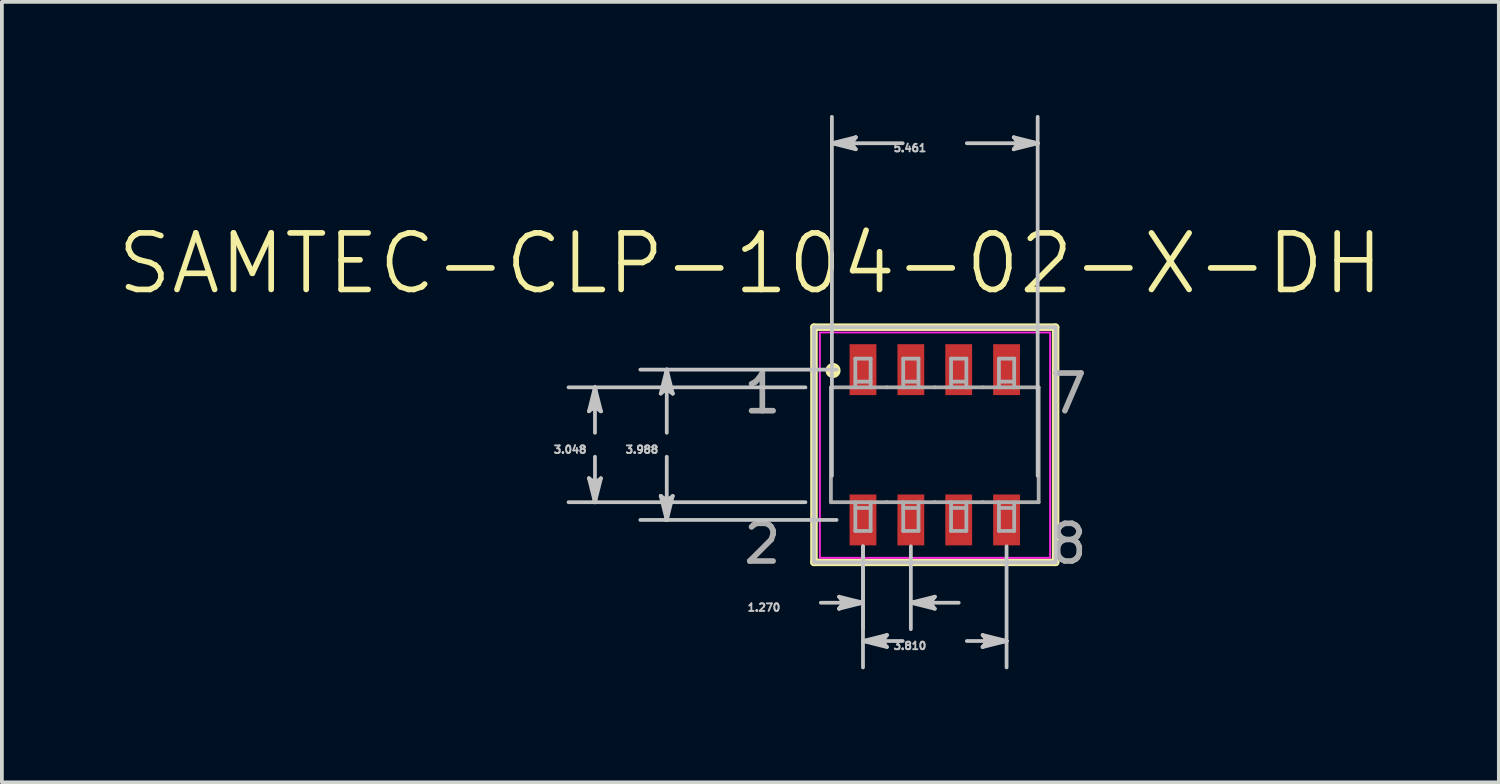
<source format=kicad_pcb>
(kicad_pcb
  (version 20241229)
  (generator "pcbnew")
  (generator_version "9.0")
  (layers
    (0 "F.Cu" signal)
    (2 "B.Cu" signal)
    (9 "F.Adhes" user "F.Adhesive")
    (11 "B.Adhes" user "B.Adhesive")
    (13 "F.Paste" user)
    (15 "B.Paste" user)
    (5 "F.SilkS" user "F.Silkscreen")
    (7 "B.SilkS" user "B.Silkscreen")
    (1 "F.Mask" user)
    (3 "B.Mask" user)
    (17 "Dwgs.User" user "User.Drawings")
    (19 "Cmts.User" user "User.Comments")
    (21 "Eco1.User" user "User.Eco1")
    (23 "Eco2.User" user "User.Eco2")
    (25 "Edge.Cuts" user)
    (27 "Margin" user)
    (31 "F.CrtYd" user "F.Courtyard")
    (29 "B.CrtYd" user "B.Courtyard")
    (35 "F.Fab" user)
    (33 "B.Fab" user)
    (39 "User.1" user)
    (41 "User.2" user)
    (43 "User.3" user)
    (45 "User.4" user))
  (footprint "SAMTEC-CLP-104-02-X-DH"
    (layer "F.Cu")
    (at 21.754 8.752)
    (property "Reference" "SAMTEC-CLP-104-02-X-DH" (at -4.894 -4.808 0) (layer "F.SilkS") (effects (font (size 1.5 1.5) (thickness 0.15))))
    (attr smd)
    (fp_poly (pts (xy -2.312 -2.72) (xy -1.499 -2.72) (xy -1.499 -1.268) (xy -2.312 -1.268)) (stroke (width 0.01) (type solid)) (fill yes) (layer "F.Mask"))
    (fp_poly (pts (xy -2.312 1.268) (xy -1.499 1.268) (xy -1.499 2.72) (xy -2.312 2.72)) (stroke (width 0.01) (type solid)) (fill yes) (layer "F.Mask"))
    (fp_poly (pts (xy -1.042 -2.72) (xy -0.229 -2.72) (xy -0.229 -1.268) (xy -1.042 -1.268)) (stroke (width 0.01) (type solid)) (fill yes) (layer "F.Mask"))
    (fp_poly (pts (xy -1.042 1.268) (xy -0.229 1.268) (xy -0.229 2.72) (xy -1.042 2.72)) (stroke (width 0.01) (type solid)) (fill yes) (layer "F.Mask"))
    (fp_poly (pts (xy 0.228 -2.72) (xy 1.041 -2.72) (xy 1.041 -1.268) (xy 0.228 -1.268)) (stroke (width 0.01) (type solid)) (fill yes) (layer "F.Mask"))
    (fp_poly (pts (xy 0.228 1.268) (xy 1.041 1.268) (xy 1.041 2.72) (xy 0.228 2.72)) (stroke (width 0.01) (type solid)) (fill yes) (layer "F.Mask"))
    (fp_poly (pts (xy 1.498 -2.72) (xy 2.311 -2.72) (xy 2.311 -1.268) (xy 1.498 -1.268)) (stroke (width 0.01) (type solid)) (fill yes) (layer "F.Mask"))
    (fp_poly (pts (xy 1.498 1.268) (xy 2.311 1.268) (xy 2.311 2.72) (xy 1.498 2.72)) (stroke (width 0.01) (type solid)) (fill yes) (layer "F.Mask"))
    (fp_line (start -3.206 -3.12) (end -3.206 3.12) (stroke (width 0.2) (type solid)) (layer "F.SilkS"))
    (fp_line (start -3.206 3.12) (end 3.206 3.12) (stroke (width 0.2) (type solid)) (layer "F.SilkS"))
    (fp_line (start 3.206 -3.12) (end -3.206 -3.12) (stroke (width 0.2) (type solid)) (layer "F.SilkS"))
    (fp_line (start 3.206 3.12) (end 3.206 -3.12) (stroke (width 0.2) (type solid)) (layer "F.SilkS"))
    (fp_circle (center -2.7 -1.97) (end -2.55 -1.97) (stroke (width 0.1) (type solid)) (fill yes) (layer "F.SilkS"))
    (fp_poly (pts (xy -2.261 -2.669) (xy -1.55 -2.669) (xy -1.55 -1.319) (xy -2.261 -1.319)) (stroke (width 0.01) (type solid)) (fill yes) (layer "F.Paste"))
    (fp_poly (pts (xy -2.261 1.319) (xy -1.55 1.319) (xy -1.55 2.669) (xy -2.261 2.669)) (stroke (width 0.01) (type solid)) (fill yes) (layer "F.Paste"))
    (fp_poly (pts (xy -0.991 -2.669) (xy -0.28 -2.669) (xy -0.28 -1.319) (xy -0.991 -1.319)) (stroke (width 0.01) (type solid)) (fill yes) (layer "F.Paste"))
    (fp_poly (pts (xy -0.991 1.319) (xy -0.28 1.319) (xy -0.28 2.669) (xy -0.991 2.669)) (stroke (width 0.01) (type solid)) (fill yes) (layer "F.Paste"))
    (fp_poly (pts (xy 0.279 -2.669) (xy 0.99 -2.669) (xy 0.99 -1.319) (xy 0.279 -1.319)) (stroke (width 0.01) (type solid)) (fill yes) (layer "F.Paste"))
    (fp_poly (pts (xy 0.279 1.319) (xy 0.99 1.319) (xy 0.99 2.669) (xy 0.279 2.669)) (stroke (width 0.01) (type solid)) (fill yes) (layer "F.Paste"))
    (fp_poly (pts (xy 1.549 -2.669) (xy 2.26 -2.669) (xy 2.26 -1.319) (xy 1.549 -1.319)) (stroke (width 0.01) (type solid)) (fill yes) (layer "F.Paste"))
    (fp_poly (pts (xy 1.549 1.319) (xy 2.26 1.319) (xy 2.26 2.669) (xy 1.549 2.669)) (stroke (width 0.01) (type solid)) (fill yes) (layer "F.Paste"))
    (fp_line (start -9.176 -0.889) (end -9.017 -1.016) (stroke (width 0.1) (type solid)) (layer "Dwgs.User"))
    (fp_line (start -9.176 0.889) (end -9.017 1.524) (stroke (width 0.1) (type solid)) (layer "Dwgs.User"))
    (fp_line (start -9.096 -0.952) (end -9.017 -1.016) (stroke (width 0.1) (type solid)) (layer "Dwgs.User"))
    (fp_line (start -9.096 0.952) (end -9.176 0.889) (stroke (width 0.1) (type solid)) (layer "Dwgs.User"))
    (fp_line (start -9.017 -1.524) (end -9.176 -0.889) (stroke (width 0.1) (type solid)) (layer "Dwgs.User"))
    (fp_line (start -9.017 -1.524) (end -9.096 -0.952) (stroke (width 0.1) (type solid)) (layer "Dwgs.User"))
    (fp_line (start -9.017 -1.524) (end -8.938 -0.952) (stroke (width 0.1) (type solid)) (layer "Dwgs.User"))
    (fp_line (start -9.017 -1.016) (end -9.017 -1.524) (stroke (width 0.1) (type solid)) (layer "Dwgs.User"))
    (fp_line (start -9.017 -1.016) (end -8.858 -0.889) (stroke (width 0.1) (type solid)) (layer "Dwgs.User"))
    (fp_line (start -9.017 -0.318) (end -9.017 -1.524) (stroke (width 0.1) (type solid)) (layer "Dwgs.User"))
    (fp_line (start -9.017 0.318) (end -9.017 1.524) (stroke (width 0.1) (type solid)) (layer "Dwgs.User"))
    (fp_line (start -9.017 1.016) (end -9.176 0.889) (stroke (width 0.1) (type solid)) (layer "Dwgs.User"))
    (fp_line (start -9.017 1.016) (end -9.017 1.524) (stroke (width 0.1) (type solid)) (layer "Dwgs.User"))
    (fp_line (start -9.017 1.524) (end -9.096 0.952) (stroke (width 0.1) (type solid)) (layer "Dwgs.User"))
    (fp_line (start -9.017 1.524) (end -8.938 0.952) (stroke (width 0.1) (type solid)) (layer "Dwgs.User"))
    (fp_line (start -9.017 1.524) (end -8.858 0.889) (stroke (width 0.1) (type solid)) (layer "Dwgs.User"))
    (fp_line (start -8.938 -0.952) (end -8.858 -0.889) (stroke (width 0.1) (type solid)) (layer "Dwgs.User"))
    (fp_line (start -8.938 0.952) (end -9.017 1.016) (stroke (width 0.1) (type solid)) (layer "Dwgs.User"))
    (fp_line (start -8.858 -0.889) (end -9.017 -1.524) (stroke (width 0.1) (type solid)) (layer "Dwgs.User"))
    (fp_line (start -8.858 0.889) (end -9.017 1.016) (stroke (width 0.1) (type solid)) (layer "Dwgs.User"))
    (fp_line (start -7.271 -1.359) (end -7.112 -1.486) (stroke (width 0.1) (type solid)) (layer "Dwgs.User"))
    (fp_line (start -7.271 1.359) (end -7.112 1.994) (stroke (width 0.1) (type solid)) (layer "Dwgs.User"))
    (fp_line (start -7.191 -1.422) (end -7.112 -1.486) (stroke (width 0.1) (type solid)) (layer "Dwgs.User"))
    (fp_line (start -7.191 1.422) (end -7.271 1.359) (stroke (width 0.1) (type solid)) (layer "Dwgs.User"))
    (fp_line (start -7.112 -1.994) (end -7.271 -1.359) (stroke (width 0.1) (type solid)) (layer "Dwgs.User"))
    (fp_line (start -7.112 -1.994) (end -7.191 -1.422) (stroke (width 0.1) (type solid)) (layer "Dwgs.User"))
    (fp_line (start -7.112 -1.994) (end -7.033 -1.422) (stroke (width 0.1) (type solid)) (layer "Dwgs.User"))
    (fp_line (start -7.112 -1.486) (end -7.112 -1.994) (stroke (width 0.1) (type solid)) (layer "Dwgs.User"))
    (fp_line (start -7.112 -1.486) (end -6.953 -1.359) (stroke (width 0.1) (type solid)) (layer "Dwgs.User"))
    (fp_line (start -7.112 -0.318) (end -7.112 -1.994) (stroke (width 0.1) (type solid)) (layer "Dwgs.User"))
    (fp_line (start -7.112 0.318) (end -7.112 1.994) (stroke (width 0.1) (type solid)) (layer "Dwgs.User"))
    (fp_line (start -7.112 1.486) (end -7.271 1.359) (stroke (width 0.1) (type solid)) (layer "Dwgs.User"))
    (fp_line (start -7.112 1.486) (end -7.112 1.994) (stroke (width 0.1) (type solid)) (layer "Dwgs.User"))
    (fp_line (start -7.112 1.994) (end -7.191 1.422) (stroke (width 0.1) (type solid)) (layer "Dwgs.User"))
    (fp_line (start -7.112 1.994) (end -7.033 1.422) (stroke (width 0.1) (type solid)) (layer "Dwgs.User"))
    (fp_line (start -7.112 1.994) (end -6.953 1.359) (stroke (width 0.1) (type solid)) (layer "Dwgs.User"))
    (fp_line (start -7.033 -1.422) (end -6.953 -1.359) (stroke (width 0.1) (type solid)) (layer "Dwgs.User"))
    (fp_line (start -7.033 1.422) (end -7.112 1.486) (stroke (width 0.1) (type solid)) (layer "Dwgs.User"))
    (fp_line (start -6.953 -1.359) (end -7.112 -1.994) (stroke (width 0.1) (type solid)) (layer "Dwgs.User"))
    (fp_line (start -6.953 1.359) (end -7.112 1.486) (stroke (width 0.1) (type solid)) (layer "Dwgs.User"))
    (fp_line (start -3.432 -1.524) (end -9.718 -1.524) (stroke (width 0.1) (type solid)) (layer "Dwgs.User"))
    (fp_line (start -3.432 1.524) (end -9.718 1.524) (stroke (width 0.1) (type solid)) (layer "Dwgs.User"))
    (fp_line (start -3.206 -3.12) (end -3.206 3.12) (stroke (width 0.1) (type solid)) (layer "Dwgs.User"))
    (fp_line (start -3.206 3.12) (end 3.206 3.12) (stroke (width 0.1) (type solid)) (layer "Dwgs.User"))
    (fp_line (start -3.023 4.191) (end -1.905 4.191) (stroke (width 0.1) (type solid)) (layer "Dwgs.User"))
    (fp_line (start -2.73 -8.001) (end -2.159 -8.08) (stroke (width 0.1) (type solid)) (layer "Dwgs.User"))
    (fp_line (start -2.73 -8.001) (end -2.159 -7.922) (stroke (width 0.1) (type solid)) (layer "Dwgs.User"))
    (fp_line (start -2.73 -8.001) (end -2.096 -7.842) (stroke (width 0.1) (type solid)) (layer "Dwgs.User"))
    (fp_line (start -2.73 0.823) (end -2.73 -8.702) (stroke (width 0.1) (type solid)) (layer "Dwgs.User"))
    (fp_line (start -2.606 -1.994) (end -7.813 -1.994) (stroke (width 0.1) (type solid)) (layer "Dwgs.User"))
    (fp_line (start -2.606 1.994) (end -7.813 1.994) (stroke (width 0.1) (type solid)) (layer "Dwgs.User"))
    (fp_line (start -2.54 4.032) (end -2.413 4.191) (stroke (width 0.1) (type solid)) (layer "Dwgs.User"))
    (fp_line (start -2.54 4.35) (end -1.905 4.191) (stroke (width 0.1) (type solid)) (layer "Dwgs.User"))
    (fp_line (start -2.476 4.112) (end -2.413 4.191) (stroke (width 0.1) (type solid)) (layer "Dwgs.User"))
    (fp_line (start -2.476 4.27) (end -2.54 4.35) (stroke (width 0.1) (type solid)) (layer "Dwgs.User"))
    (fp_line (start -2.413 4.191) (end -2.54 4.35) (stroke (width 0.1) (type solid)) (layer "Dwgs.User"))
    (fp_line (start -2.413 4.191) (end -1.905 4.191) (stroke (width 0.1) (type solid)) (layer "Dwgs.User"))
    (fp_line (start -2.222 -8.001) (end -2.73 -8.001) (stroke (width 0.1) (type solid)) (layer "Dwgs.User"))
    (fp_line (start -2.222 -8.001) (end -2.096 -8.16) (stroke (width 0.1) (type solid)) (layer "Dwgs.User"))
    (fp_line (start -2.159 -8.08) (end -2.096 -8.16) (stroke (width 0.1) (type solid)) (layer "Dwgs.User"))
    (fp_line (start -2.159 -7.922) (end -2.222 -8.001) (stroke (width 0.1) (type solid)) (layer "Dwgs.User"))
    (fp_line (start -2.096 -8.16) (end -2.73 -8.001) (stroke (width 0.1) (type solid)) (layer "Dwgs.User"))
    (fp_line (start -2.096 -7.842) (end -2.222 -8.001) (stroke (width 0.1) (type solid)) (layer "Dwgs.User"))
    (fp_line (start -1.905 2.695) (end -1.905 4.892) (stroke (width 0.1) (type solid)) (layer "Dwgs.User"))
    (fp_line (start -1.905 2.695) (end -1.905 5.908) (stroke (width 0.1) (type solid)) (layer "Dwgs.User"))
    (fp_line (start -1.905 4.191) (end -2.54 4.032) (stroke (width 0.1) (type solid)) (layer "Dwgs.User"))
    (fp_line (start -1.905 4.191) (end -2.476 4.112) (stroke (width 0.1) (type solid)) (layer "Dwgs.User"))
    (fp_line (start -1.905 4.191) (end -2.476 4.27) (stroke (width 0.1) (type solid)) (layer "Dwgs.User"))
    (fp_line (start -1.905 5.207) (end -1.334 5.128) (stroke (width 0.1) (type solid)) (layer "Dwgs.User"))
    (fp_line (start -1.905 5.207) (end -1.334 5.286) (stroke (width 0.1) (type solid)) (layer "Dwgs.User"))
    (fp_line (start -1.905 5.207) (end -1.27 5.366) (stroke (width 0.1) (type solid)) (layer "Dwgs.User"))
    (fp_line (start -1.397 5.207) (end -1.905 5.207) (stroke (width 0.1) (type solid)) (layer "Dwgs.User"))
    (fp_line (start -1.397 5.207) (end -1.27 5.048) (stroke (width 0.1) (type solid)) (layer "Dwgs.User"))
    (fp_line (start -1.334 5.128) (end -1.27 5.048) (stroke (width 0.1) (type solid)) (layer "Dwgs.User"))
    (fp_line (start -1.334 5.286) (end -1.397 5.207) (stroke (width 0.1) (type solid)) (layer "Dwgs.User"))
    (fp_line (start -1.27 5.048) (end -1.905 5.207) (stroke (width 0.1) (type solid)) (layer "Dwgs.User"))
    (fp_line (start -1.27 5.366) (end -1.397 5.207) (stroke (width 0.1) (type solid)) (layer "Dwgs.User"))
    (fp_line (start -0.851 -8.001) (end -2.73 -8.001) (stroke (width 0.1) (type solid)) (layer "Dwgs.User"))
    (fp_line (start -0.851 5.207) (end -1.905 5.207) (stroke (width 0.1) (type solid)) (layer "Dwgs.User"))
    (fp_line (start -0.635 2.695) (end -0.635 4.892) (stroke (width 0.1) (type solid)) (layer "Dwgs.User"))
    (fp_line (start -0.635 4.191) (end -0.064 4.112) (stroke (width 0.1) (type solid)) (layer "Dwgs.User"))
    (fp_line (start -0.635 4.191) (end -0.064 4.27) (stroke (width 0.1) (type solid)) (layer "Dwgs.User"))
    (fp_line (start -0.635 4.191) (end 0 4.35) (stroke (width 0.1) (type solid)) (layer "Dwgs.User"))
    (fp_line (start -0.127 4.191) (end -0.635 4.191) (stroke (width 0.1) (type solid)) (layer "Dwgs.User"))
    (fp_line (start -0.127 4.191) (end 0 4.032) (stroke (width 0.1) (type solid)) (layer "Dwgs.User"))
    (fp_line (start -0.064 4.112) (end 0 4.032) (stroke (width 0.1) (type solid)) (layer "Dwgs.User"))
    (fp_line (start -0.064 4.27) (end -0.127 4.191) (stroke (width 0.1) (type solid)) (layer "Dwgs.User"))
    (fp_line (start 0 4.032) (end -0.635 4.191) (stroke (width 0.1) (type solid)) (layer "Dwgs.User"))
    (fp_line (start 0 4.35) (end -0.127 4.191) (stroke (width 0.1) (type solid)) (layer "Dwgs.User"))
    (fp_line (start 0.635 4.191) (end -0.635 4.191) (stroke (width 0.1) (type solid)) (layer "Dwgs.User"))
    (fp_line (start 0.851 -8.001) (end 2.73 -8.001) (stroke (width 0.1) (type solid)) (layer "Dwgs.User"))
    (fp_line (start 0.851 5.207) (end 1.905 5.207) (stroke (width 0.1) (type solid)) (layer "Dwgs.User"))
    (fp_line (start 1.27 5.048) (end 1.397 5.207) (stroke (width 0.1) (type solid)) (layer "Dwgs.User"))
    (fp_line (start 1.27 5.366) (end 1.905 5.207) (stroke (width 0.1) (type solid)) (layer "Dwgs.User"))
    (fp_line (start 1.334 5.128) (end 1.397 5.207) (stroke (width 0.1) (type solid)) (layer "Dwgs.User"))
    (fp_line (start 1.334 5.286) (end 1.27 5.366) (stroke (width 0.1) (type solid)) (layer "Dwgs.User"))
    (fp_line (start 1.397 5.207) (end 1.27 5.366) (stroke (width 0.1) (type solid)) (layer "Dwgs.User"))
    (fp_line (start 1.397 5.207) (end 1.905 5.207) (stroke (width 0.1) (type solid)) (layer "Dwgs.User"))
    (fp_line (start 1.905 2.695) (end 1.905 5.908) (stroke (width 0.1) (type solid)) (layer "Dwgs.User"))
    (fp_line (start 1.905 5.207) (end 1.27 5.048) (stroke (width 0.1) (type solid)) (layer "Dwgs.User"))
    (fp_line (start 1.905 5.207) (end 1.334 5.128) (stroke (width 0.1) (type solid)) (layer "Dwgs.User"))
    (fp_line (start 1.905 5.207) (end 1.334 5.286) (stroke (width 0.1) (type solid)) (layer "Dwgs.User"))
    (fp_line (start 2.096 -8.16) (end 2.222 -8.001) (stroke (width 0.1) (type solid)) (layer "Dwgs.User"))
    (fp_line (start 2.096 -7.842) (end 2.73 -8.001) (stroke (width 0.1) (type solid)) (layer "Dwgs.User"))
    (fp_line (start 2.159 -8.08) (end 2.222 -8.001) (stroke (width 0.1) (type solid)) (layer "Dwgs.User"))
    (fp_line (start 2.159 -7.922) (end 2.096 -7.842) (stroke (width 0.1) (type solid)) (layer "Dwgs.User"))
    (fp_line (start 2.222 -8.001) (end 2.096 -7.842) (stroke (width 0.1) (type solid)) (layer "Dwgs.User"))
    (fp_line (start 2.222 -8.001) (end 2.73 -8.001) (stroke (width 0.1) (type solid)) (layer "Dwgs.User"))
    (fp_line (start 2.73 -8.001) (end 2.096 -8.16) (stroke (width 0.1) (type solid)) (layer "Dwgs.User"))
    (fp_line (start 2.73 -8.001) (end 2.159 -8.08) (stroke (width 0.1) (type solid)) (layer "Dwgs.User"))
    (fp_line (start 2.73 -8.001) (end 2.159 -7.922) (stroke (width 0.1) (type solid)) (layer "Dwgs.User"))
    (fp_line (start 2.73 0.823) (end 2.73 -8.702) (stroke (width 0.1) (type solid)) (layer "Dwgs.User"))
    (fp_line (start 3.206 -3.12) (end -3.206 -3.12) (stroke (width 0.1) (type solid)) (layer "Dwgs.User"))
    (fp_line (start 3.206 3.12) (end 3.206 -3.12) (stroke (width 0.1) (type solid)) (layer "Dwgs.User"))
    (fp_rect (start -3.05 -2.98) (end 3.06 3) (stroke (width 0.05) (type default)) (fill no) (layer "F.CrtYd"))
    (fp_line (start -2.756 -1.524) (end -2.756 1.524) (stroke (width 0.1) (type solid)) (layer "F.Fab"))
    (fp_line (start -2.756 1.524) (end -1.27 1.524) (stroke (width 0.1) (type solid)) (layer "F.Fab"))
    (fp_line (start -2.108 -2.286) (end -2.108 -1.524) (stroke (width 0.1) (type solid)) (layer "F.Fab"))
    (fp_line (start -2.108 1.524) (end -2.108 2.286) (stroke (width 0.1) (type solid)) (layer "F.Fab"))
    (fp_line (start -2.108 1.676) (end -1.702 1.676) (stroke (width 0.1) (type solid)) (layer "F.Fab"))
    (fp_line (start -2.108 2.286) (end -1.702 2.286) (stroke (width 0.1) (type solid)) (layer "F.Fab"))
    (fp_line (start -1.702 -2.286) (end -2.108 -2.286) (stroke (width 0.1) (type solid)) (layer "F.Fab"))
    (fp_line (start -1.702 -1.676) (end -2.108 -1.676) (stroke (width 0.1) (type solid)) (layer "F.Fab"))
    (fp_line (start -1.702 -1.524) (end -1.702 -2.286) (stroke (width 0.1) (type solid)) (layer "F.Fab"))
    (fp_line (start -1.702 2.286) (end -1.702 1.524) (stroke (width 0.1) (type solid)) (layer "F.Fab"))
    (fp_line (start -1.27 -1.524) (end -2.756 -1.524) (stroke (width 0.1) (type solid)) (layer "F.Fab"))
    (fp_line (start -1.27 -1.524) (end 0 -1.524) (stroke (width 0.1) (type solid)) (layer "F.Fab"))
    (fp_line (start -1.27 1.524) (end 0 1.524) (stroke (width 0.1) (type solid)) (layer "F.Fab"))
    (fp_line (start -0.838 -2.286) (end -0.838 -1.524) (stroke (width 0.1) (type solid)) (layer "F.Fab"))
    (fp_line (start -0.838 1.524) (end -0.838 2.286) (stroke (width 0.1) (type solid)) (layer "F.Fab"))
    (fp_line (start -0.838 1.676) (end -0.432 1.676) (stroke (width 0.1) (type solid)) (layer "F.Fab"))
    (fp_line (start -0.838 2.286) (end -0.432 2.286) (stroke (width 0.1) (type solid)) (layer "F.Fab"))
    (fp_line (start -0.432 -2.286) (end -0.838 -2.286) (stroke (width 0.1) (type solid)) (layer "F.Fab"))
    (fp_line (start -0.432 -1.676) (end -0.838 -1.676) (stroke (width 0.1) (type solid)) (layer "F.Fab"))
    (fp_line (start -0.432 -1.524) (end -0.432 -2.286) (stroke (width 0.1) (type solid)) (layer "F.Fab"))
    (fp_line (start -0.432 2.286) (end -0.432 1.524) (stroke (width 0.1) (type solid)) (layer "F.Fab"))
    (fp_line (start 0 -1.524) (end 1.27 -1.524) (stroke (width 0.1) (type solid)) (layer "F.Fab"))
    (fp_line (start 0 1.524) (end 1.27 1.524) (stroke (width 0.1) (type solid)) (layer "F.Fab"))
    (fp_line (start 0.432 -2.286) (end 0.432 -1.524) (stroke (width 0.1) (type solid)) (layer "F.Fab"))
    (fp_line (start 0.432 1.524) (end 0.432 2.286) (stroke (width 0.1) (type solid)) (layer "F.Fab"))
    (fp_line (start 0.432 1.676) (end 0.838 1.676) (stroke (width 0.1) (type solid)) (layer "F.Fab"))
    (fp_line (start 0.432 2.286) (end 0.838 2.286) (stroke (width 0.1) (type solid)) (layer "F.Fab"))
    (fp_line (start 0.838 -2.286) (end 0.432 -2.286) (stroke (width 0.1) (type solid)) (layer "F.Fab"))
    (fp_line (start 0.838 -1.676) (end 0.432 -1.676) (stroke (width 0.1) (type solid)) (layer "F.Fab"))
    (fp_line (start 0.838 -1.524) (end 0.838 -2.286) (stroke (width 0.1) (type solid)) (layer "F.Fab"))
    (fp_line (start 0.838 2.286) (end 0.838 1.524) (stroke (width 0.1) (type solid)) (layer "F.Fab"))
    (fp_line (start 1.27 -1.524) (end 2.756 -1.524) (stroke (width 0.1) (type solid)) (layer "F.Fab"))
    (fp_line (start 1.702 -2.286) (end 1.702 -1.524) (stroke (width 0.1) (type solid)) (layer "F.Fab"))
    (fp_line (start 1.702 1.524) (end 1.702 2.286) (stroke (width 0.1) (type solid)) (layer "F.Fab"))
    (fp_line (start 1.702 1.676) (end 2.108 1.676) (stroke (width 0.1) (type solid)) (layer "F.Fab"))
    (fp_line (start 1.702 2.286) (end 2.108 2.286) (stroke (width 0.1) (type solid)) (layer "F.Fab"))
    (fp_line (start 2.108 -2.286) (end 1.702 -2.286) (stroke (width 0.1) (type solid)) (layer "F.Fab"))
    (fp_line (start 2.108 -1.676) (end 1.702 -1.676) (stroke (width 0.1) (type solid)) (layer "F.Fab"))
    (fp_line (start 2.108 -1.524) (end 2.108 -2.286) (stroke (width 0.1) (type solid)) (layer "F.Fab"))
    (fp_line (start 2.108 2.286) (end 2.108 1.524) (stroke (width 0.1) (type solid)) (layer "F.Fab"))
    (fp_line (start 2.756 -1.524) (end 2.756 1.524) (stroke (width 0.1) (type solid)) (layer "F.Fab"))
    (fp_line (start 2.756 1.524) (end 1.27 1.524) (stroke (width 0.1) (type solid)) (layer "F.Fab"))
    (fp_text user "3.048" (at -9.677 0.127 0) (layer "Dwgs.User") (effects (font (size 0.2 0.2) (thickness 0.15))))
    (fp_text user "3.810" (at -0.66 5.334 0) (layer "Dwgs.User") (effects (font (size 0.2 0.2) (thickness 0.15))))
    (fp_text user "3.988" (at -7.772 0.127 0) (layer "Dwgs.User") (effects (font (size 0.2 0.2) (thickness 0.15))))
    (fp_text user "1.270" (at -4.534 4.318 0) (layer "Dwgs.User") (effects (font (size 0.2 0.2) (thickness 0.15))))
    (fp_text user "5.461" (at -0.66 -7.874 0) (layer "Dwgs.User") (effects (font (size 0.2 0.2) (thickness 0.15))))
    (fp_text user "1" (at -4.576 -1.359 0) (layer "F.Fab") (effects (font (size 1 1) (thickness 0.15))))
    (fp_text user "8" (at 3.547 2.629 0) (layer "F.Fab") (effects (font (size 1 1) (thickness 0.15))))
    (fp_text user "7" (at 3.547 -1.359 0) (layer "F.Fab") (effects (font (size 1 1) (thickness 0.15))))
    (fp_text user "2" (at -4.576 2.629 0) (layer "F.Fab") (effects (font (size 1 1) (thickness 0.15))))
    (pad "1" smd rect (at -1.905 -1.994) (size 0.711 1.35) (layers "F.Cu" "F.Paste"))
    (pad "2" smd rect (at -1.905 1.994) (size 0.711 1.35) (layers "F.Cu" "F.Paste"))
    (pad "3" smd rect (at -0.635 -1.994) (size 0.711 1.35) (layers "F.Cu" "F.Paste"))
    (pad "4" smd rect (at -0.635 1.994) (size 0.711 1.35) (layers "F.Cu" "F.Paste"))
    (pad "5" smd rect (at 0.635 -1.994) (size 0.711 1.35) (layers "F.Cu" "F.Paste"))
    (pad "6" smd rect (at 0.635 1.994) (size 0.711 1.35) (layers "F.Cu" "F.Paste"))
    (pad "7" smd rect (at 1.905 -1.994) (size 0.711 1.35) (layers "F.Cu" "F.Paste"))
    (pad "8" smd rect (at 1.905 1.994) (size 0.711 1.35) (layers "F.Cu" "F.Paste")))
  (gr_rect
    (start -3 -3)
    (end 36.721 17.71)
    (stroke (width 0.1) (type default))
    (fill no)
    (layer "Edge.Cuts")))
</source>
